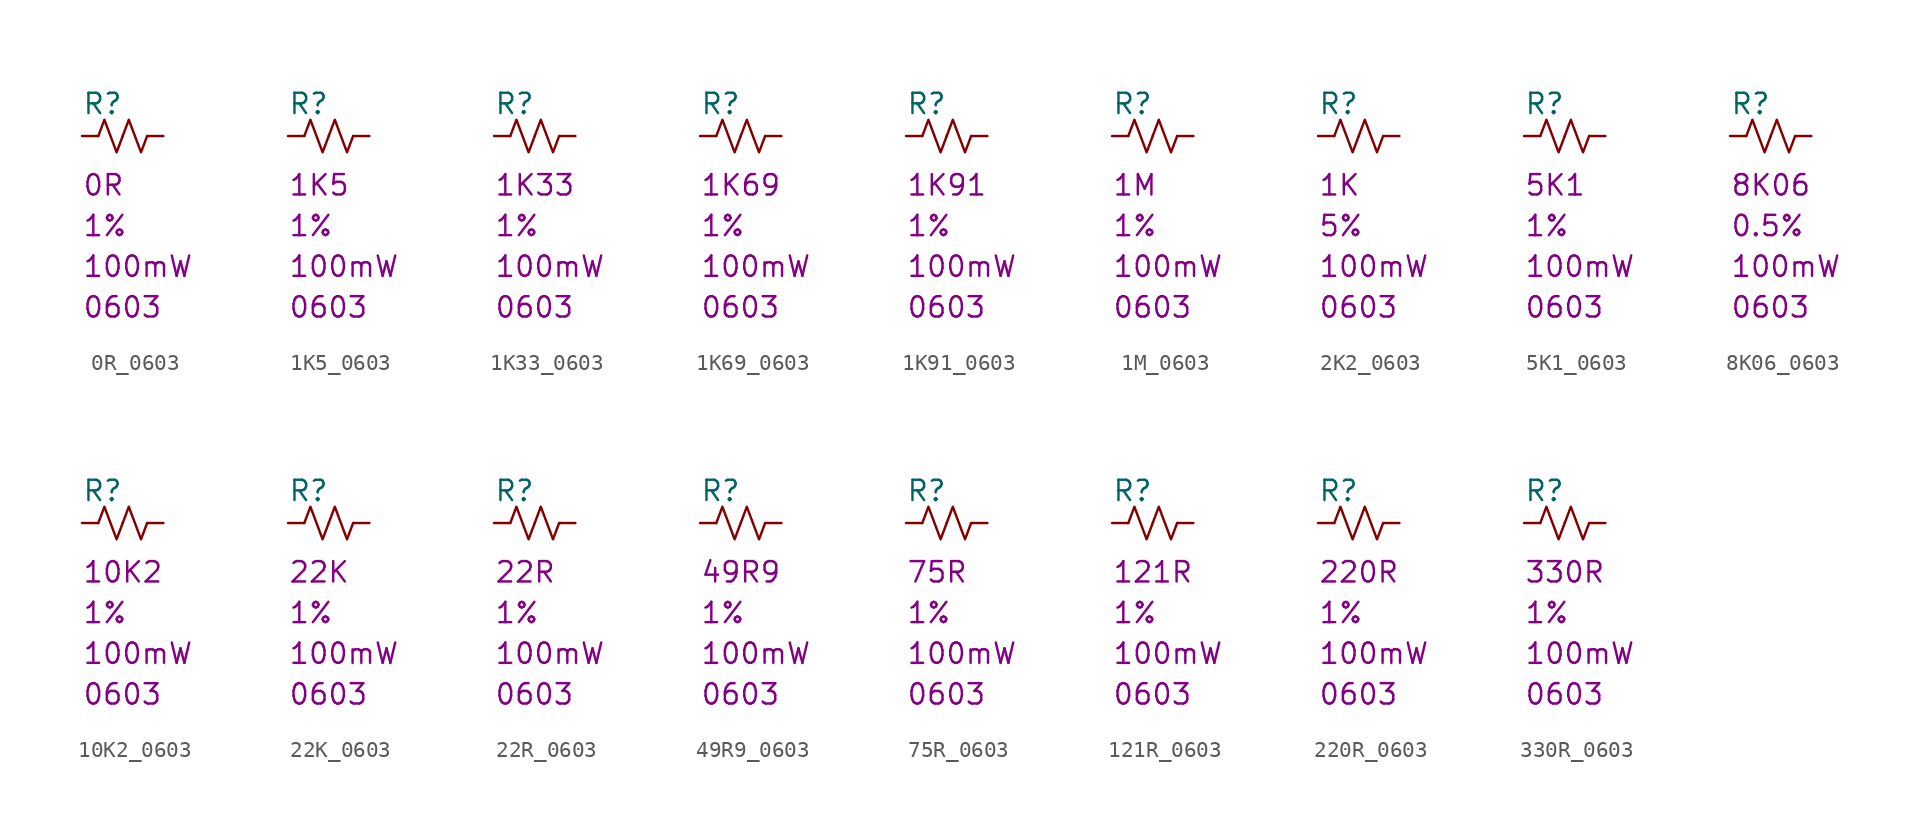
<source format=kicad_sym>
(kicad_symbol_lib
  (version 20220914)
  (generator kicad_symbol_editor)
  (symbol "0R_0603"
    (pin_numbers hide)
    (pin_names
      (offset 0.254) hide)
    (property "Reference" "R"
      (at 0 1.27 0)
      (effects (font (size 1.27 1.27)) (justify left bottom)))
    (property "Tolerance" "1%"
      (at 0 -6.35 0)
      (effects (font (size 1.27 1.27)) (justify left bottom)))
    (property "Power" "100mW"
      (at 0 -8.89 0)
      (effects (font (size 1.27 1.27)) (justify left bottom)))
    (property "Package" "0603"
      (at 0 -11.43 0)
      (effects (font (size 1.27 1.27)) (justify left bottom)))
    (property "Resistance" "0R"
      (at 0 -3.81 0)
      (effects (font (size 1.27 1.27)) (justify left bottom)))
    (symbol "0R_0603_1_1"
      (polyline (pts (xy 1.016 0) (xy 1.397 1.016) (xy 1.778 0) (xy 2.159 -1.016) (xy 2.54 0)) (stroke (width 0) (type default)) (fill (type none)))
      (polyline (pts (xy 2.54 0) (xy 2.921 1.016) (xy 3.302 0) (xy 3.683 -1.016) (xy 4.064 0)) (stroke (width 0) (type default)) (fill (type none)))
      (pin passive line (at 0 0 0) (length 1.016) (name "~" (effects (font (size 1.27 1.27)))) (number "1" (effects (font (size 1.27 1.27)))))
      (pin passive line (at 5.08 0 180) (length 1.016) (name "~" (effects (font (size 1.27 1.27)))) (number "2" (effects (font (size 1.27 1.27)))))))
  (symbol "1K5_0603"
    (pin_numbers hide)
    (pin_names
      (offset 0.254) hide)
    (property "Reference" "R"
      (at 0 1.27 0)
      (effects (font (size 1.27 1.27)) (justify left bottom)))
    (property "Tolerance" "1%"
      (at 0 -6.35 0)
      (effects (font (size 1.27 1.27)) (justify left bottom)))
    (property "Power" "100mW"
      (at 0 -8.89 0)
      (effects (font (size 1.27 1.27)) (justify left bottom)))
    (property "Package" "0603"
      (at 0 -11.43 0)
      (effects (font (size 1.27 1.27)) (justify left bottom)))
    (property "Resistance" "1K5"
      (at 0 -3.81 0)
      (effects (font (size 1.27 1.27)) (justify left bottom)))
    (symbol "1K5_0603_1_1"
      (polyline (pts (xy 1.016 0) (xy 1.397 1.016) (xy 1.778 0) (xy 2.159 -1.016) (xy 2.54 0)) (stroke (width 0) (type default)) (fill (type none)))
      (polyline (pts (xy 2.54 0) (xy 2.921 1.016) (xy 3.302 0) (xy 3.683 -1.016) (xy 4.064 0)) (stroke (width 0) (type default)) (fill (type none)))
      (pin passive line (at 0 0 0) (length 1.016) (name "~" (effects (font (size 1.27 1.27)))) (number "1" (effects (font (size 1.27 1.27)))))
      (pin passive line (at 5.08 0 180) (length 1.016) (name "~" (effects (font (size 1.27 1.27)))) (number "2" (effects (font (size 1.27 1.27)))))))
  (symbol "1K33_0603"
    (pin_numbers hide)
    (pin_names
      (offset 0.254) hide)
    (property "Reference" "R"
      (at 0 1.27 0)
      (effects (font (size 1.27 1.27)) (justify left bottom)))
    (property "Tolerance" "1%"
      (at 0 -6.35 0)
      (effects (font (size 1.27 1.27)) (justify left bottom)))
    (property "Power" "100mW"
      (at 0 -8.89 0)
      (effects (font (size 1.27 1.27)) (justify left bottom)))
    (property "Package" "0603"
      (at 0 -11.43 0)
      (effects (font (size 1.27 1.27)) (justify left bottom)))
    (property "Resistance" "1K33"
      (at 0 -3.81 0)
      (effects (font (size 1.27 1.27)) (justify left bottom)))
    (symbol "1K33_0603_1_1"
      (polyline (pts (xy 1.016 0) (xy 1.397 1.016) (xy 1.778 0) (xy 2.159 -1.016) (xy 2.54 0)) (stroke (width 0) (type default)) (fill (type none)))
      (polyline (pts (xy 2.54 0) (xy 2.921 1.016) (xy 3.302 0) (xy 3.683 -1.016) (xy 4.064 0)) (stroke (width 0) (type default)) (fill (type none)))
      (pin passive line (at 0 0 0) (length 1.016) (name "~" (effects (font (size 1.27 1.27)))) (number "1" (effects (font (size 1.27 1.27)))))
      (pin passive line (at 5.08 0 180) (length 1.016) (name "~" (effects (font (size 1.27 1.27)))) (number "2" (effects (font (size 1.27 1.27)))))))
  (symbol "1K69_0603"
    (pin_numbers hide)
    (pin_names
      (offset 0.254) hide)
    (property "Reference" "R"
      (at 0 1.27 0)
      (effects (font (size 1.27 1.27)) (justify left bottom)))
    (property "Tolerance" "1%"
      (at 0 -6.35 0)
      (effects (font (size 1.27 1.27)) (justify left bottom)))
    (property "Power" "100mW"
      (at 0 -8.89 0)
      (effects (font (size 1.27 1.27)) (justify left bottom)))
    (property "Package" "0603"
      (at 0 -11.43 0)
      (effects (font (size 1.27 1.27)) (justify left bottom)))
    (property "Resistance" "1K69"
      (at 0 -3.81 0)
      (effects (font (size 1.27 1.27)) (justify left bottom)))
    (symbol "1K69_0603_1_1"
      (polyline (pts (xy 1.016 0) (xy 1.397 1.016) (xy 1.778 0) (xy 2.159 -1.016) (xy 2.54 0)) (stroke (width 0) (type default)) (fill (type none)))
      (polyline (pts (xy 2.54 0) (xy 2.921 1.016) (xy 3.302 0) (xy 3.683 -1.016) (xy 4.064 0)) (stroke (width 0) (type default)) (fill (type none)))
      (pin passive line (at 0 0 0) (length 1.016) (name "~" (effects (font (size 1.27 1.27)))) (number "1" (effects (font (size 1.27 1.27)))))
      (pin passive line (at 5.08 0 180) (length 1.016) (name "~" (effects (font (size 1.27 1.27)))) (number "2" (effects (font (size 1.27 1.27)))))))
  (symbol "1K91_0603"
    (pin_numbers hide)
    (pin_names
      (offset 0.254) hide)
    (property "Reference" "R"
      (at 0 1.27 0)
      (effects (font (size 1.27 1.27)) (justify left bottom)))
    (property "Tolerance" "1%"
      (at 0 -6.35 0)
      (effects (font (size 1.27 1.27)) (justify left bottom)))
    (property "Power" "100mW"
      (at 0 -8.89 0)
      (effects (font (size 1.27 1.27)) (justify left bottom)))
    (property "Package" "0603"
      (at 0 -11.43 0)
      (effects (font (size 1.27 1.27)) (justify left bottom)))
    (property "Resistance" "1K91"
      (at 0 -3.81 0)
      (effects (font (size 1.27 1.27)) (justify left bottom)))
    (symbol "1K91_0603_1_1"
      (polyline (pts (xy 1.016 0) (xy 1.397 1.016) (xy 1.778 0) (xy 2.159 -1.016) (xy 2.54 0)) (stroke (width 0) (type default)) (fill (type none)))
      (polyline (pts (xy 2.54 0) (xy 2.921 1.016) (xy 3.302 0) (xy 3.683 -1.016) (xy 4.064 0)) (stroke (width 0) (type default)) (fill (type none)))
      (pin passive line (at 0 0 0) (length 1.016) (name "~" (effects (font (size 1.27 1.27)))) (number "1" (effects (font (size 1.27 1.27)))))
      (pin passive line (at 5.08 0 180) (length 1.016) (name "~" (effects (font (size 1.27 1.27)))) (number "2" (effects (font (size 1.27 1.27)))))))
  (symbol "1M_0603"
    (pin_numbers hide)
    (pin_names
      (offset 0.254) hide)
    (property "Reference" "R"
      (at 0 1.27 0)
      (effects (font (size 1.27 1.27)) (justify left bottom)))
    (property "Tolerance" "1%"
      (at 0 -6.35 0)
      (effects (font (size 1.27 1.27)) (justify left bottom)))
    (property "Power" "100mW"
      (at 0 -8.89 0)
      (effects (font (size 1.27 1.27)) (justify left bottom)))
    (property "Package" "0603"
      (at 0 -11.43 0)
      (effects (font (size 1.27 1.27)) (justify left bottom)))
    (property "Resistance" "1M"
      (at 0 -3.81 0)
      (effects (font (size 1.27 1.27)) (justify left bottom)))
    (symbol "1M_0603_1_1"
      (polyline (pts (xy 1.016 0) (xy 1.397 1.016) (xy 1.778 0) (xy 2.159 -1.016) (xy 2.54 0)) (stroke (width 0) (type default)) (fill (type none)))
      (polyline (pts (xy 2.54 0) (xy 2.921 1.016) (xy 3.302 0) (xy 3.683 -1.016) (xy 4.064 0)) (stroke (width 0) (type default)) (fill (type none)))
      (pin passive line (at 0 0 0) (length 1.016) (name "~" (effects (font (size 1.27 1.27)))) (number "1" (effects (font (size 1.27 1.27)))))
      (pin passive line (at 5.08 0 180) (length 1.016) (name "~" (effects (font (size 1.27 1.27)))) (number "2" (effects (font (size 1.27 1.27)))))))
  (symbol "2K2_0603"
    (pin_numbers hide)
    (pin_names
      (offset 0.254) hide)
    (property "Reference" "R"
      (at 0 1.27 0)
      (effects (font (size 1.27 1.27)) (justify left bottom)))
    (property "Tolerance" "5%"
      (at 0 -6.35 0)
      (effects (font (size 1.27 1.27)) (justify left bottom)))
    (property "Power" "100mW"
      (at 0 -8.89 0)
      (effects (font (size 1.27 1.27)) (justify left bottom)))
    (property "Package" "0603"
      (at 0 -11.43 0)
      (effects (font (size 1.27 1.27)) (justify left bottom)))
    (property "Resistance" "1K"
      (at 0 -3.81 0)
      (effects (font (size 1.27 1.27)) (justify left bottom)))
    (symbol "2K2_0603_1_1"
      (polyline (pts (xy 1.016 0) (xy 1.397 1.016) (xy 1.778 0) (xy 2.159 -1.016) (xy 2.54 0)) (stroke (width 0) (type default)) (fill (type none)))
      (polyline (pts (xy 2.54 0) (xy 2.921 1.016) (xy 3.302 0) (xy 3.683 -1.016) (xy 4.064 0)) (stroke (width 0) (type default)) (fill (type none)))
      (pin passive line (at 0 0 0) (length 1.016) (name "~" (effects (font (size 1.27 1.27)))) (number "1" (effects (font (size 1.27 1.27)))))
      (pin passive line (at 5.08 0 180) (length 1.016) (name "~" (effects (font (size 1.27 1.27)))) (number "2" (effects (font (size 1.27 1.27)))))))
  (symbol "5K1_0603"
    (pin_numbers hide)
    (pin_names
      (offset 0.254) hide)
    (property "Reference" "R"
      (at 0 1.27 0)
      (effects (font (size 1.27 1.27)) (justify left bottom)))
    (property "Tolerance" "1%"
      (at 0 -6.35 0)
      (effects (font (size 1.27 1.27)) (justify left bottom)))
    (property "Power" "100mW"
      (at 0 -8.89 0)
      (effects (font (size 1.27 1.27)) (justify left bottom)))
    (property "Package" "0603"
      (at 0 -11.43 0)
      (effects (font (size 1.27 1.27)) (justify left bottom)))
    (property "Resistance" "5K1"
      (at 0 -3.81 0)
      (effects (font (size 1.27 1.27)) (justify left bottom)))
    (symbol "5K1_0603_1_1"
      (polyline (pts (xy 1.016 0) (xy 1.397 1.016) (xy 1.778 0) (xy 2.159 -1.016) (xy 2.54 0)) (stroke (width 0) (type default)) (fill (type none)))
      (polyline (pts (xy 2.54 0) (xy 2.921 1.016) (xy 3.302 0) (xy 3.683 -1.016) (xy 4.064 0)) (stroke (width 0) (type default)) (fill (type none)))
      (pin passive line (at 0 0 0) (length 1.016) (name "~" (effects (font (size 1.27 1.27)))) (number "1" (effects (font (size 1.27 1.27)))))
      (pin passive line (at 5.08 0 180) (length 1.016) (name "~" (effects (font (size 1.27 1.27)))) (number "2" (effects (font (size 1.27 1.27)))))))
  (symbol "8K06_0603"
    (pin_numbers hide)
    (pin_names
      (offset 0.254) hide)
    (property "Reference" "R"
      (at 0 1.27 0)
      (effects (font (size 1.27 1.27)) (justify left bottom)))
    (property "Tolerance" "0.5%"
      (at 0 -6.35 0)
      (effects (font (size 1.27 1.27)) (justify left bottom)))
    (property "Power" "100mW"
      (at 0 -8.89 0)
      (effects (font (size 1.27 1.27)) (justify left bottom)))
    (property "Package" "0603"
      (at 0 -11.43 0)
      (effects (font (size 1.27 1.27)) (justify left bottom)))
    (property "Resistance" "8K06"
      (at 0 -3.81 0)
      (effects (font (size 1.27 1.27)) (justify left bottom)))
    (symbol "8K06_0603_1_1"
      (polyline (pts (xy 1.016 0) (xy 1.397 1.016) (xy 1.778 0) (xy 2.159 -1.016) (xy 2.54 0)) (stroke (width 0) (type default)) (fill (type none)))
      (polyline (pts (xy 2.54 0) (xy 2.921 1.016) (xy 3.302 0) (xy 3.683 -1.016) (xy 4.064 0)) (stroke (width 0) (type default)) (fill (type none)))
      (pin passive line (at 0 0 0) (length 1.016) (name "~" (effects (font (size 1.27 1.27)))) (number "1" (effects (font (size 1.27 1.27)))))
      (pin passive line (at 5.08 0 180) (length 1.016) (name "~" (effects (font (size 1.27 1.27)))) (number "2" (effects (font (size 1.27 1.27)))))))
  (symbol "10K2_0603"
    (pin_numbers hide)
    (pin_names
      (offset 0.254) hide)
    (property "Reference" "R"
      (at 0 1.27 0)
      (effects (font (size 1.27 1.27)) (justify left bottom)))
    (property "Tolerance" "1%"
      (at 0 -6.35 0)
      (effects (font (size 1.27 1.27)) (justify left bottom)))
    (property "Power" "100mW"
      (at 0 -8.89 0)
      (effects (font (size 1.27 1.27)) (justify left bottom)))
    (property "Package" "0603"
      (at 0 -11.43 0)
      (effects (font (size 1.27 1.27)) (justify left bottom)))
    (property "Resistance" "10K2"
      (at 0 -3.81 0)
      (effects (font (size 1.27 1.27)) (justify left bottom)))
    (symbol "10K2_0603_1_1"
      (polyline (pts (xy 1.016 0) (xy 1.397 1.016) (xy 1.778 0) (xy 2.159 -1.016) (xy 2.54 0)) (stroke (width 0) (type default)) (fill (type none)))
      (polyline (pts (xy 2.54 0) (xy 2.921 1.016) (xy 3.302 0) (xy 3.683 -1.016) (xy 4.064 0)) (stroke (width 0) (type default)) (fill (type none)))
      (pin passive line (at 0 0 0) (length 1.016) (name "~" (effects (font (size 1.27 1.27)))) (number "1" (effects (font (size 1.27 1.27)))))
      (pin passive line (at 5.08 0 180) (length 1.016) (name "~" (effects (font (size 1.27 1.27)))) (number "2" (effects (font (size 1.27 1.27)))))))
  (symbol "22K_0603"
    (pin_numbers hide)
    (pin_names
      (offset 0.254) hide)
    (property "Reference" "R"
      (at 0 1.27 0)
      (effects (font (size 1.27 1.27)) (justify left bottom)))
    (property "Tolerance" "1%"
      (at 0 -6.35 0)
      (effects (font (size 1.27 1.27)) (justify left bottom)))
    (property "Power" "100mW"
      (at 0 -8.89 0)
      (effects (font (size 1.27 1.27)) (justify left bottom)))
    (property "Package" "0603"
      (at 0 -11.43 0)
      (effects (font (size 1.27 1.27)) (justify left bottom)))
    (property "Resistance" "22K"
      (at 0 -3.81 0)
      (effects (font (size 1.27 1.27)) (justify left bottom)))
    (symbol "22K_0603_1_1"
      (polyline (pts (xy 1.016 0) (xy 1.397 1.016) (xy 1.778 0) (xy 2.159 -1.016) (xy 2.54 0)) (stroke (width 0) (type default)) (fill (type none)))
      (polyline (pts (xy 2.54 0) (xy 2.921 1.016) (xy 3.302 0) (xy 3.683 -1.016) (xy 4.064 0)) (stroke (width 0) (type default)) (fill (type none)))
      (pin passive line (at 0 0 0) (length 1.016) (name "~" (effects (font (size 1.27 1.27)))) (number "1" (effects (font (size 1.27 1.27)))))
      (pin passive line (at 5.08 0 180) (length 1.016) (name "~" (effects (font (size 1.27 1.27)))) (number "2" (effects (font (size 1.27 1.27)))))))
  (symbol "22R_0603"
    (pin_numbers hide)
    (pin_names
      (offset 0.254) hide)
    (property "Reference" "R"
      (at 0 1.27 0)
      (effects (font (size 1.27 1.27)) (justify left bottom)))
    (property "Tolerance" "1%"
      (at 0 -6.35 0)
      (effects (font (size 1.27 1.27)) (justify left bottom)))
    (property "Power" "100mW"
      (at 0 -8.89 0)
      (effects (font (size 1.27 1.27)) (justify left bottom)))
    (property "Package" "0603"
      (at 0 -11.43 0)
      (effects (font (size 1.27 1.27)) (justify left bottom)))
    (property "Resistance" "22R"
      (at 0 -3.81 0)
      (effects (font (size 1.27 1.27)) (justify left bottom)))
    (symbol "22R_0603_1_1"
      (polyline (pts (xy 1.016 0) (xy 1.397 1.016) (xy 1.778 0) (xy 2.159 -1.016) (xy 2.54 0)) (stroke (width 0) (type default)) (fill (type none)))
      (polyline (pts (xy 2.54 0) (xy 2.921 1.016) (xy 3.302 0) (xy 3.683 -1.016) (xy 4.064 0)) (stroke (width 0) (type default)) (fill (type none)))
      (pin passive line (at 0 0 0) (length 1.016) (name "~" (effects (font (size 1.27 1.27)))) (number "1" (effects (font (size 1.27 1.27)))))
      (pin passive line (at 5.08 0 180) (length 1.016) (name "~" (effects (font (size 1.27 1.27)))) (number "2" (effects (font (size 1.27 1.27)))))))
  (symbol "49R9_0603"
    (pin_numbers hide)
    (pin_names
      (offset 0.254) hide)
    (property "Reference" "R"
      (at 0 1.27 0)
      (effects (font (size 1.27 1.27)) (justify left bottom)))
    (property "Tolerance" "1%"
      (at 0 -6.35 0)
      (effects (font (size 1.27 1.27)) (justify left bottom)))
    (property "Power" "100mW"
      (at 0 -8.89 0)
      (effects (font (size 1.27 1.27)) (justify left bottom)))
    (property "Package" "0603"
      (at 0 -11.43 0)
      (effects (font (size 1.27 1.27)) (justify left bottom)))
    (property "Resistance" "49R9"
      (at 0 -3.81 0)
      (effects (font (size 1.27 1.27)) (justify left bottom)))
    (symbol "49R9_0603_1_1"
      (polyline (pts (xy 1.016 0) (xy 1.397 1.016) (xy 1.778 0) (xy 2.159 -1.016) (xy 2.54 0)) (stroke (width 0) (type default)) (fill (type none)))
      (polyline (pts (xy 2.54 0) (xy 2.921 1.016) (xy 3.302 0) (xy 3.683 -1.016) (xy 4.064 0)) (stroke (width 0) (type default)) (fill (type none)))
      (pin passive line (at 0 0 0) (length 1.016) (name "~" (effects (font (size 1.27 1.27)))) (number "1" (effects (font (size 1.27 1.27)))))
      (pin passive line (at 5.08 0 180) (length 1.016) (name "~" (effects (font (size 1.27 1.27)))) (number "2" (effects (font (size 1.27 1.27)))))))
  (symbol "75R_0603"
    (pin_numbers hide)
    (pin_names
      (offset 0.254) hide)
    (property "Reference" "R"
      (at 0 1.27 0)
      (effects (font (size 1.27 1.27)) (justify left bottom)))
    (property "Tolerance" "1%"
      (at 0 -6.35 0)
      (effects (font (size 1.27 1.27)) (justify left bottom)))
    (property "Power" "100mW"
      (at 0 -8.89 0)
      (effects (font (size 1.27 1.27)) (justify left bottom)))
    (property "Package" "0603"
      (at 0 -11.43 0)
      (effects (font (size 1.27 1.27)) (justify left bottom)))
    (property "Resistance" "75R"
      (at 0 -3.81 0)
      (effects (font (size 1.27 1.27)) (justify left bottom)))
    (symbol "75R_0603_1_1"
      (polyline (pts (xy 1.016 0) (xy 1.397 1.016) (xy 1.778 0) (xy 2.159 -1.016) (xy 2.54 0)) (stroke (width 0) (type default)) (fill (type none)))
      (polyline (pts (xy 2.54 0) (xy 2.921 1.016) (xy 3.302 0) (xy 3.683 -1.016) (xy 4.064 0)) (stroke (width 0) (type default)) (fill (type none)))
      (pin passive line (at 0 0 0) (length 1.016) (name "~" (effects (font (size 1.27 1.27)))) (number "1" (effects (font (size 1.27 1.27)))))
      (pin passive line (at 5.08 0 180) (length 1.016) (name "~" (effects (font (size 1.27 1.27)))) (number "2" (effects (font (size 1.27 1.27)))))))
  (symbol "121R_0603"
    (pin_numbers hide)
    (pin_names
      (offset 0.254) hide)
    (property "Reference" "R"
      (at 0 1.27 0)
      (effects (font (size 1.27 1.27)) (justify left bottom)))
    (property "Tolerance" "1%"
      (at 0 -6.35 0)
      (effects (font (size 1.27 1.27)) (justify left bottom)))
    (property "Power" "100mW"
      (at 0 -8.89 0)
      (effects (font (size 1.27 1.27)) (justify left bottom)))
    (property "Package" "0603"
      (at 0 -11.43 0)
      (effects (font (size 1.27 1.27)) (justify left bottom)))
    (property "Resistance" "121R"
      (at 0 -3.81 0)
      (effects (font (size 1.27 1.27)) (justify left bottom)))
    (symbol "121R_0603_1_1"
      (polyline (pts (xy 1.016 0) (xy 1.397 1.016) (xy 1.778 0) (xy 2.159 -1.016) (xy 2.54 0)) (stroke (width 0) (type default)) (fill (type none)))
      (polyline (pts (xy 2.54 0) (xy 2.921 1.016) (xy 3.302 0) (xy 3.683 -1.016) (xy 4.064 0)) (stroke (width 0) (type default)) (fill (type none)))
      (pin passive line (at 0 0 0) (length 1.016) (name "~" (effects (font (size 1.27 1.27)))) (number "1" (effects (font (size 1.27 1.27)))))
      (pin passive line (at 5.08 0 180) (length 1.016) (name "~" (effects (font (size 1.27 1.27)))) (number "2" (effects (font (size 1.27 1.27)))))))
  (symbol "220R_0603"
    (pin_numbers hide)
    (pin_names
      (offset 0.254) hide)
    (property "Reference" "R"
      (at 0 1.27 0)
      (effects (font (size 1.27 1.27)) (justify left bottom)))
    (property "Tolerance" "1%"
      (at 0 -6.35 0)
      (effects (font (size 1.27 1.27)) (justify left bottom)))
    (property "Power" "100mW"
      (at 0 -8.89 0)
      (effects (font (size 1.27 1.27)) (justify left bottom)))
    (property "Package" "0603"
      (at 0 -11.43 0)
      (effects (font (size 1.27 1.27)) (justify left bottom)))
    (property "Resistance" "220R"
      (at 0 -3.81 0)
      (effects (font (size 1.27 1.27)) (justify left bottom)))
    (symbol "220R_0603_1_1"
      (polyline (pts (xy 1.016 0) (xy 1.397 1.016) (xy 1.778 0) (xy 2.159 -1.016) (xy 2.54 0)) (stroke (width 0) (type default)) (fill (type none)))
      (polyline (pts (xy 2.54 0) (xy 2.921 1.016) (xy 3.302 0) (xy 3.683 -1.016) (xy 4.064 0)) (stroke (width 0) (type default)) (fill (type none)))
      (pin passive line (at 0 0 0) (length 1.016) (name "~" (effects (font (size 1.27 1.27)))) (number "1" (effects (font (size 1.27 1.27)))))
      (pin passive line (at 5.08 0 180) (length 1.016) (name "~" (effects (font (size 1.27 1.27)))) (number "2" (effects (font (size 1.27 1.27)))))))
  (symbol "330R_0603"
    (pin_numbers hide)
    (pin_names
      (offset 0.254) hide)
    (property "Reference" "R"
      (at 0 1.27 0)
      (effects (font (size 1.27 1.27)) (justify left bottom)))
    (property "Tolerance" "1%"
      (at 0 -6.35 0)
      (effects (font (size 1.27 1.27)) (justify left bottom)))
    (property "Power" "100mW"
      (at 0 -8.89 0)
      (effects (font (size 1.27 1.27)) (justify left bottom)))
    (property "Package" "0603"
      (at 0 -11.43 0)
      (effects (font (size 1.27 1.27)) (justify left bottom)))
    (property "Resistance" "330R"
      (at 0 -3.81 0)
      (effects (font (size 1.27 1.27)) (justify left bottom)))
    (symbol "330R_0603_1_1"
      (polyline (pts (xy 1.016 0) (xy 1.397 1.016) (xy 1.778 0) (xy 2.159 -1.016) (xy 2.54 0)) (stroke (width 0) (type default)) (fill (type none)))
      (polyline (pts (xy 2.54 0) (xy 2.921 1.016) (xy 3.302 0) (xy 3.683 -1.016) (xy 4.064 0)) (stroke (width 0) (type default)) (fill (type none)))
      (pin passive line (at 0 0 0) (length 1.016) (name "~" (effects (font (size 1.27 1.27)))) (number "1" (effects (font (size 1.27 1.27)))))
      (pin passive line (at 5.08 0 180) (length 1.016) (name "~" (effects (font (size 1.27 1.27)))) (number "2" (effects (font (size 1.27 1.27))))))))
</source>
